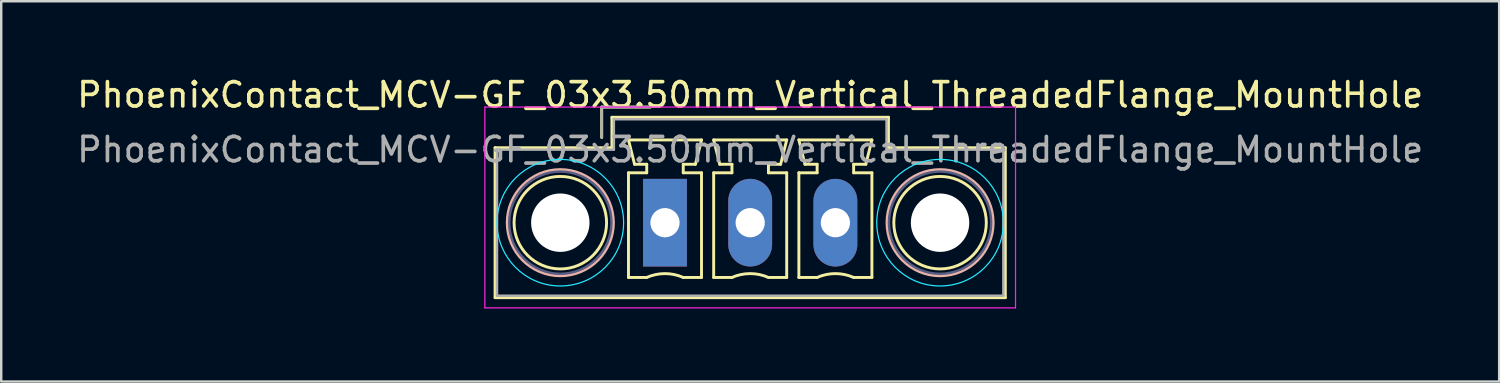
<source format=kicad_pcb>
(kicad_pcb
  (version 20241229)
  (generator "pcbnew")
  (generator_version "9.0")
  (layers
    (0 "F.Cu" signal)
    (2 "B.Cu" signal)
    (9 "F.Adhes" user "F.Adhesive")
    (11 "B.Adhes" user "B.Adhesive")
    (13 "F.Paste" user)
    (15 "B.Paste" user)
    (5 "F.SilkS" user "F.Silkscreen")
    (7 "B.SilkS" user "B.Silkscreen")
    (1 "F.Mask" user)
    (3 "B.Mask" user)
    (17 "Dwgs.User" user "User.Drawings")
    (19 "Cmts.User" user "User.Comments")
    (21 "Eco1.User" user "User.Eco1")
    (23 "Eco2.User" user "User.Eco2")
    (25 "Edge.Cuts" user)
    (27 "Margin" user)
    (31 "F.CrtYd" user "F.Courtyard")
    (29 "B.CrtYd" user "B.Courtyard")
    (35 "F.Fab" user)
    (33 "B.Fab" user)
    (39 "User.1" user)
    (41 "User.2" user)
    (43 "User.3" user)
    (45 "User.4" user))
  (footprint "PhoenixContact_MCV-GF_03x3.50mm_Vertical_ThreadedFlange_MountHole"
    (layer "F.Cu")
    (at 24.268 6.098)
    (property "Reference" "PhoenixContact_MCV-GF_03x3.50mm_Vertical_ThreadedFlange_MountHole" (at 3.5 -5.25 0) (layer "F.SilkS") (effects (font (size 1 1) (thickness 0.15))))
    (attr through_hole)
    (fp_line (start -6.98 -3.08) (end -6.98 3.08) (stroke (width 0.12) (type solid)) (layer "F.SilkS"))
    (fp_line (start -6.98 3.08) (end 13.98 3.08) (stroke (width 0.12) (type solid)) (layer "F.SilkS"))
    (fp_line (start -2.6 -4.75) (end -0.6 -4.75) (stroke (width 0.12) (type solid)) (layer "F.SilkS"))
    (fp_line (start -2.6 -3.5) (end -2.6 -4.75) (stroke (width 0.12) (type solid)) (layer "F.SilkS"))
    (fp_line (start -2.18 -4.33) (end -2.18 -3.08) (stroke (width 0.12) (type solid)) (layer "F.SilkS"))
    (fp_line (start -2.18 -3.08) (end -6.98 -3.08) (stroke (width 0.12) (type solid)) (layer "F.SilkS"))
    (fp_line (start -1.5 -3.4) (end 1.5 -3.4) (stroke (width 0.12) (type solid)) (layer "F.SilkS"))
    (fp_line (start -1.5 -2.05) (end -0.75 -2.05) (stroke (width 0.12) (type solid)) (layer "F.SilkS"))
    (fp_line (start -1.5 2.25) (end -1.5 -2.05) (stroke (width 0.12) (type solid)) (layer "F.SilkS"))
    (fp_line (start -1.25 -2.4) (end -1.5 -3.4) (stroke (width 0.12) (type solid)) (layer "F.SilkS"))
    (fp_line (start -0.75 -2.4) (end -1.25 -2.4) (stroke (width 0.12) (type solid)) (layer "F.SilkS"))
    (fp_line (start -0.75 -2.05) (end -0.75 -2.4) (stroke (width 0.12) (type solid)) (layer "F.SilkS"))
    (fp_line (start -0.75 2.25) (end -1.5 2.25) (stroke (width 0.12) (type solid)) (layer "F.SilkS"))
    (fp_line (start 0.75 -2.4) (end 0.75 -2.05) (stroke (width 0.12) (type solid)) (layer "F.SilkS"))
    (fp_line (start 0.75 -2.05) (end 1.5 -2.05) (stroke (width 0.12) (type solid)) (layer "F.SilkS"))
    (fp_line (start 1.25 -2.4) (end 0.75 -2.4) (stroke (width 0.12) (type solid)) (layer "F.SilkS"))
    (fp_line (start 1.5 -3.4) (end 1.25 -2.4) (stroke (width 0.12) (type solid)) (layer "F.SilkS"))
    (fp_line (start 1.5 -2.05) (end 1.5 2.25) (stroke (width 0.12) (type solid)) (layer "F.SilkS"))
    (fp_line (start 1.5 2.25) (end 0.75 2.25) (stroke (width 0.12) (type solid)) (layer "F.SilkS"))
    (fp_line (start 2 -3.4) (end 5 -3.4) (stroke (width 0.12) (type solid)) (layer "F.SilkS"))
    (fp_line (start 2 -2.05) (end 2.75 -2.05) (stroke (width 0.12) (type solid)) (layer "F.SilkS"))
    (fp_line (start 2 2.25) (end 2 -2.05) (stroke (width 0.12) (type solid)) (layer "F.SilkS"))
    (fp_line (start 2.25 -2.4) (end 2 -3.4) (stroke (width 0.12) (type solid)) (layer "F.SilkS"))
    (fp_line (start 2.75 -2.4) (end 2.25 -2.4) (stroke (width 0.12) (type solid)) (layer "F.SilkS"))
    (fp_line (start 2.75 -2.05) (end 2.75 -2.4) (stroke (width 0.12) (type solid)) (layer "F.SilkS"))
    (fp_line (start 2.75 2.25) (end 2 2.25) (stroke (width 0.12) (type solid)) (layer "F.SilkS"))
    (fp_line (start 4.25 -2.4) (end 4.25 -2.05) (stroke (width 0.12) (type solid)) (layer "F.SilkS"))
    (fp_line (start 4.25 -2.05) (end 5 -2.05) (stroke (width 0.12) (type solid)) (layer "F.SilkS"))
    (fp_line (start 4.75 -2.4) (end 4.25 -2.4) (stroke (width 0.12) (type solid)) (layer "F.SilkS"))
    (fp_line (start 5 -3.4) (end 4.75 -2.4) (stroke (width 0.12) (type solid)) (layer "F.SilkS"))
    (fp_line (start 5 -2.05) (end 5 2.25) (stroke (width 0.12) (type solid)) (layer "F.SilkS"))
    (fp_line (start 5 2.25) (end 4.25 2.25) (stroke (width 0.12) (type solid)) (layer "F.SilkS"))
    (fp_line (start 5.5 -3.4) (end 8.5 -3.4) (stroke (width 0.12) (type solid)) (layer "F.SilkS"))
    (fp_line (start 5.5 -2.05) (end 6.25 -2.05) (stroke (width 0.12) (type solid)) (layer "F.SilkS"))
    (fp_line (start 5.5 2.25) (end 5.5 -2.05) (stroke (width 0.12) (type solid)) (layer "F.SilkS"))
    (fp_line (start 5.75 -2.4) (end 5.5 -3.4) (stroke (width 0.12) (type solid)) (layer "F.SilkS"))
    (fp_line (start 6.25 -2.4) (end 5.75 -2.4) (stroke (width 0.12) (type solid)) (layer "F.SilkS"))
    (fp_line (start 6.25 -2.05) (end 6.25 -2.4) (stroke (width 0.12) (type solid)) (layer "F.SilkS"))
    (fp_line (start 6.25 2.25) (end 5.5 2.25) (stroke (width 0.12) (type solid)) (layer "F.SilkS"))
    (fp_line (start 7.75 -2.4) (end 7.75 -2.05) (stroke (width 0.12) (type solid)) (layer "F.SilkS"))
    (fp_line (start 7.75 -2.05) (end 8.5 -2.05) (stroke (width 0.12) (type solid)) (layer "F.SilkS"))
    (fp_line (start 8.25 -2.4) (end 7.75 -2.4) (stroke (width 0.12) (type solid)) (layer "F.SilkS"))
    (fp_line (start 8.5 -3.4) (end 8.25 -2.4) (stroke (width 0.12) (type solid)) (layer "F.SilkS"))
    (fp_line (start 8.5 -2.05) (end 8.5 2.25) (stroke (width 0.12) (type solid)) (layer "F.SilkS"))
    (fp_line (start 8.5 2.25) (end 7.75 2.25) (stroke (width 0.12) (type solid)) (layer "F.SilkS"))
    (fp_line (start 9.18 -4.33) (end -2.18 -4.33) (stroke (width 0.12) (type solid)) (layer "F.SilkS"))
    (fp_line (start 9.18 -3.08) (end 9.18 -4.33) (stroke (width 0.12) (type solid)) (layer "F.SilkS"))
    (fp_line (start 13.98 -3.08) (end 9.18 -3.08) (stroke (width 0.12) (type solid)) (layer "F.SilkS"))
    (fp_line (start 13.98 3.08) (end 13.98 -3.08) (stroke (width 0.12) (type solid)) (layer "F.SilkS"))
    (fp_arc (start -0.75 2.25) (mid -0.000193 2.09191) (end 0.749647 2.249844) (stroke (width 0.12) (type solid)) (layer "F.SilkS"))
    (fp_arc (start 2.75 2.25) (mid 3.499807 2.09191) (end 4.249647 2.249844) (stroke (width 0.12) (type solid)) (layer "F.SilkS"))
    (fp_arc (start 6.25 2.25) (mid 6.999807 2.09191) (end 7.749647 2.249844) (stroke (width 0.12) (type solid)) (layer "F.SilkS"))
    (fp_circle (center -4.3 0) (end -2.4 0) (stroke (width 0.12) (type solid)) (fill no) (layer "F.SilkS"))
    (fp_circle (center 11.3 0) (end 13.2 0) (stroke (width 0.12) (type solid)) (fill no) (layer "F.SilkS"))
    (fp_circle (center -4.3 0) (end -2.12 0) (stroke (width 0.12) (type solid)) (fill no) (layer "B.SilkS"))
    (fp_circle (center 11.3 0) (end 13.48 0) (stroke (width 0.12) (type solid)) (fill no) (layer "B.SilkS"))
    (fp_circle (center -4.3 0) (end -1.7 0) (stroke (width 0.05) (type solid)) (fill no) (layer "B.CrtYd"))
    (fp_circle (center 11.3 0) (end 13.9 0) (stroke (width 0.05) (type solid)) (fill no) (layer "B.CrtYd"))
    (fp_line (start -7.4 -4.75) (end -7.4 3.5) (stroke (width 0.05) (type solid)) (layer "F.CrtYd"))
    (fp_line (start -7.4 3.5) (end 14.4 3.5) (stroke (width 0.05) (type solid)) (layer "F.CrtYd"))
    (fp_line (start 14.4 -4.75) (end -7.4 -4.75) (stroke (width 0.05) (type solid)) (layer "F.CrtYd"))
    (fp_line (start 14.4 3.5) (end 14.4 -4.75) (stroke (width 0.05) (type solid)) (layer "F.CrtYd"))
    (fp_circle (center -4.3 0) (end -2.2 0) (stroke (width 0.1) (type solid)) (fill no) (layer "B.Fab"))
    (fp_circle (center 11.3 0) (end 13.4 0) (stroke (width 0.1) (type solid)) (fill no) (layer "B.Fab"))
    (fp_line (start -6.9 -3) (end -6.9 3) (stroke (width 0.1) (type solid)) (layer "F.Fab"))
    (fp_line (start -6.9 3) (end 13.9 3) (stroke (width 0.1) (type solid)) (layer "F.Fab"))
    (fp_line (start -2.6 -4.75) (end -0.6 -4.75) (stroke (width 0.1) (type solid)) (layer "F.Fab"))
    (fp_line (start -2.6 -3.5) (end -2.6 -4.75) (stroke (width 0.1) (type solid)) (layer "F.Fab"))
    (fp_line (start -2.1 -4.25) (end -2.1 -3) (stroke (width 0.1) (type solid)) (layer "F.Fab"))
    (fp_line (start -2.1 -3) (end -6.9 -3) (stroke (width 0.1) (type solid)) (layer "F.Fab"))
    (fp_line (start 9.1 -4.25) (end -2.1 -4.25) (stroke (width 0.1) (type solid)) (layer "F.Fab"))
    (fp_line (start 9.1 -3) (end 9.1 -4.25) (stroke (width 0.1) (type solid)) (layer "F.Fab"))
    (fp_line (start 13.9 -3) (end 9.1 -3) (stroke (width 0.1) (type solid)) (layer "F.Fab"))
    (fp_line (start 13.9 3) (end 13.9 -3) (stroke (width 0.1) (type solid)) (layer "F.Fab"))
    (fp_text user "${REFERENCE}" (at 3.5 -3 0) (layer "F.Fab") (effects (font (size 1 1) (thickness 0.15))))
    (pad "" np_thru_hole circle (at -4.3 0) (size 2.4 2.4) (drill 2.4) (layers "*.Cu" "*.Mask"))
    (pad "" np_thru_hole circle (at 11.3 0) (size 2.4 2.4) (drill 2.4) (layers "*.Cu" "*.Mask"))
    (pad "1" thru_hole rect (at 0 0) (size 1.8 3.6) (drill 1.2) (layers "*.Cu" "*.Mask"))
    (pad "2" thru_hole oval (at 3.5 0) (size 1.8 3.6) (drill 1.2) (layers "*.Cu" "*.Mask"))
    (pad "3" thru_hole oval (at 7 0) (size 1.8 3.6) (drill 1.2) (layers "*.Cu" "*.Mask")))
  (gr_rect
    (start -3 -3)
    (end 58.536 12.623)
    (stroke (width 0.1) (type default))
    (fill no)
    (layer "Edge.Cuts")))
</source>
